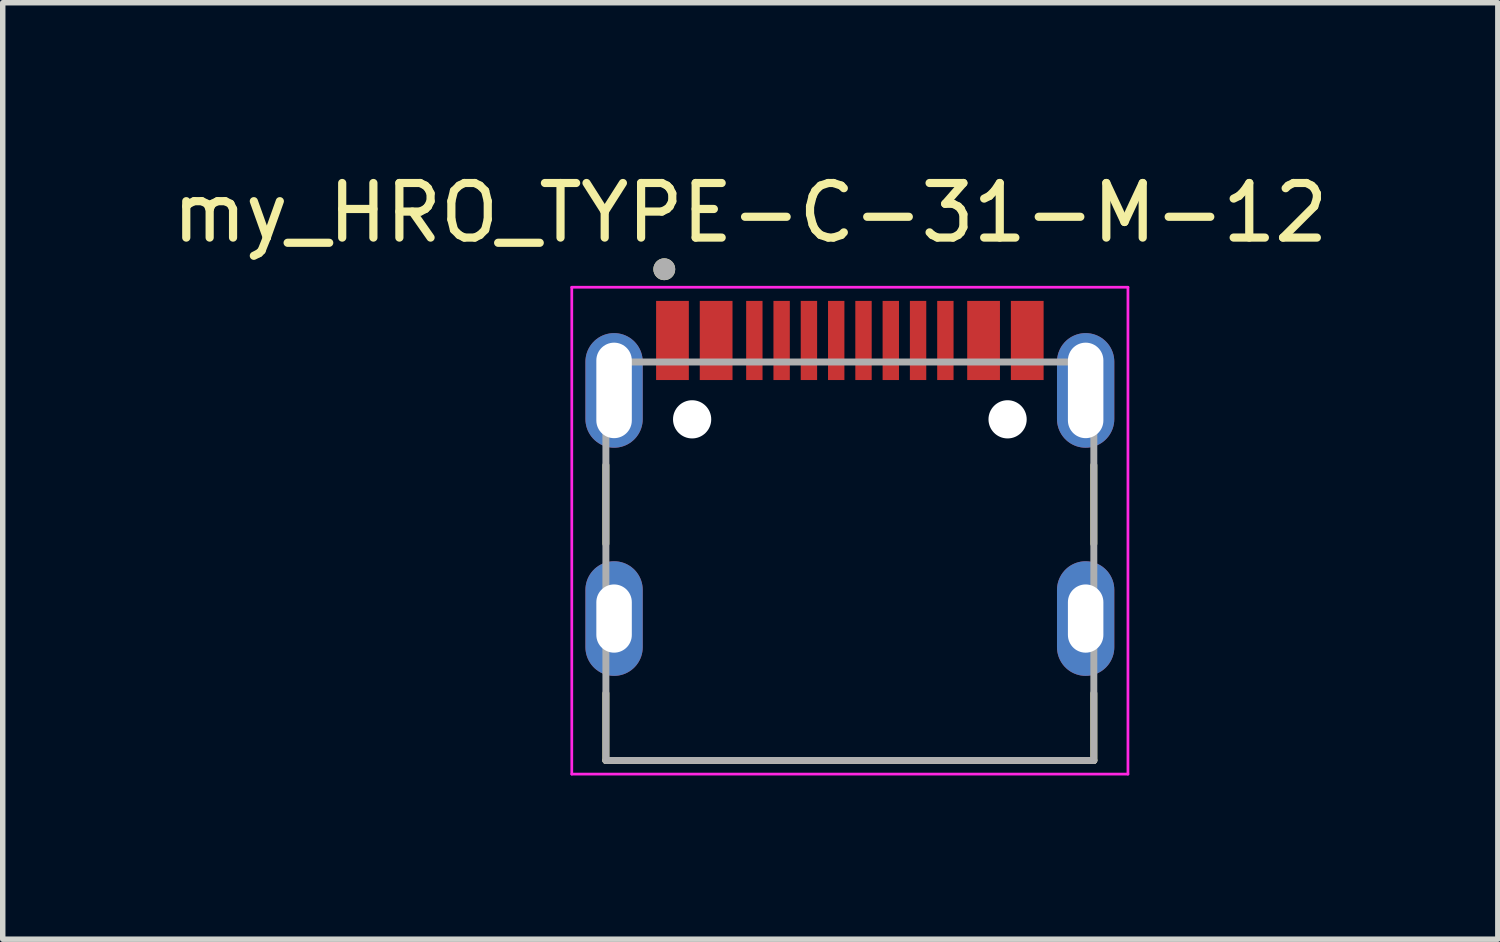
<source format=kicad_pcb>
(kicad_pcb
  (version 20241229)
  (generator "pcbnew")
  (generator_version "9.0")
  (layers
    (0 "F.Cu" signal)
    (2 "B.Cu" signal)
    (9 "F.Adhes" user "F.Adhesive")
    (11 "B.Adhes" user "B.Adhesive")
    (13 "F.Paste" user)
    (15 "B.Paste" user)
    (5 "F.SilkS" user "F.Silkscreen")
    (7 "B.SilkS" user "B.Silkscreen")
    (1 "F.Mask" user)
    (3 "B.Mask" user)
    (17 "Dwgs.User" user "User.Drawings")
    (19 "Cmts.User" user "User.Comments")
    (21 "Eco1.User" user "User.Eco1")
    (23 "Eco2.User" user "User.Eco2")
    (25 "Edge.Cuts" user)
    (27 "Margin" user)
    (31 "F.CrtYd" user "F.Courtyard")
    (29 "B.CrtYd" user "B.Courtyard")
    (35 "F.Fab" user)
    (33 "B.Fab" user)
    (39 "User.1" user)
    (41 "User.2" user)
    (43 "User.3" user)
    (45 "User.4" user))
  (footprint "my_HRO_TYPE-C-31-M-12"
    (layer "F.Cu")
    (at 12.521 8.283)
    (property "Reference" "my_HRO_TYPE-C-31-M-12" (at -1.825 -7.435 0) (layer "F.SilkS") (effects (font (size 1 1) (thickness 0.15))))
    (attr through_hole)
    (fp_line (start -4.47 -2.81) (end -4.47 -1.37) (stroke (width 0.127) (type solid)) (layer "F.SilkS"))
    (fp_line (start -4.47 2.6) (end -4.47 1.37) (stroke (width 0.127) (type solid)) (layer "F.SilkS"))
    (fp_line (start 4.47 -2.81) (end 4.47 -1.37) (stroke (width 0.127) (type solid)) (layer "F.SilkS"))
    (fp_line (start 4.47 1.37) (end 4.47 2.6) (stroke (width 0.127) (type solid)) (layer "F.SilkS"))
    (fp_line (start 4.47 2.6) (end -4.47 2.6) (stroke (width 0.127) (type solid)) (layer "F.SilkS"))
    (fp_circle (center -3.4 -6.4) (end -3.3 -6.4) (stroke (width 0.2) (type solid)) (fill no) (layer "F.SilkS"))
    (fp_line (start -5.095 -6.07) (end -5.095 2.85) (stroke (width 0.05) (type solid)) (layer "F.CrtYd"))
    (fp_line (start -5.095 2.85) (end 5.095 2.85) (stroke (width 0.05) (type solid)) (layer "F.CrtYd"))
    (fp_line (start 5.095 -6.07) (end -5.095 -6.07) (stroke (width 0.05) (type solid)) (layer "F.CrtYd"))
    (fp_line (start 5.095 2.85) (end 5.095 -6.07) (stroke (width 0.05) (type solid)) (layer "F.CrtYd"))
    (fp_line (start -4.47 -4.7) (end -4.47 2.6) (stroke (width 0.127) (type solid)) (layer "F.Fab"))
    (fp_line (start -4.47 2.6) (end 4.47 2.6) (stroke (width 0.127) (type solid)) (layer "F.Fab"))
    (fp_line (start 4.47 -4.7) (end -4.47 -4.7) (stroke (width 0.127) (type solid)) (layer "F.Fab"))
    (fp_line (start 4.47 2.6) (end 4.47 -4.7) (stroke (width 0.127) (type solid)) (layer "F.Fab"))
    (fp_circle (center -3.4 -6.4) (end -3.3 -6.4) (stroke (width 0.2) (type solid)) (fill no) (layer "F.Fab"))
    (pad "" np_thru_hole circle (at -2.89 -3.65) (size 0.7 0.7) (drill 0.7) (layers "*.Cu" "*.Mask"))
    (pad "" np_thru_hole circle (at 2.89 -3.65) (size 0.7 0.7) (drill 0.7) (layers "*.Cu" "*.Mask"))
    (pad "A1B12" smd rect (at -3.25 -5.095) (size 0.6 1.45) (layers "F.Cu" "F.Mask" "F.Paste"))
    (pad "A4B9" smd rect (at -2.45 -5.095) (size 0.6 1.45) (layers "F.Cu" "F.Mask" "F.Paste"))
    (pad "A5" smd rect (at -1.25 -5.095) (size 0.3 1.45) (layers "F.Cu" "F.Mask" "F.Paste"))
    (pad "A6" smd rect (at -0.25 -5.095) (size 0.3 1.45) (layers "F.Cu" "F.Mask" "F.Paste"))
    (pad "A7" smd rect (at 0.25 -5.095) (size 0.3 1.45) (layers "F.Cu" "F.Mask" "F.Paste"))
    (pad "A8" smd rect (at 1.25 -5.095) (size 0.3 1.45) (layers "F.Cu" "F.Mask" "F.Paste"))
    (pad "B1A12" smd rect (at 3.25 -5.095) (size 0.6 1.45) (layers "F.Cu" "F.Mask" "F.Paste"))
    (pad "B4A9" smd rect (at 2.45 -5.095) (size 0.6 1.45) (layers "F.Cu" "F.Mask" "F.Paste"))
    (pad "B5" smd rect (at 1.75 -5.095) (size 0.3 1.45) (layers "F.Cu" "F.Mask" "F.Paste"))
    (pad "B6" smd rect (at 0.75 -5.095) (size 0.3 1.45) (layers "F.Cu" "F.Mask" "F.Paste"))
    (pad "B7" smd rect (at -0.75 -5.095) (size 0.3 1.45) (layers "F.Cu" "F.Mask" "F.Paste"))
    (pad "B8" smd rect (at -1.75 -5.095) (size 0.3 1.45) (layers "F.Cu" "F.Mask" "F.Paste"))
    (pad "S1" thru_hole oval (at -4.32 -4.18) (size 1.05 2.1) (drill oval 0.65 1.75) (layers "*.Cu" "*.Mask"))
    (pad "S2" thru_hole oval (at 4.32 -4.18) (size 1.05 2.1) (drill oval 0.65 1.75) (layers "*.Cu" "*.Mask"))
    (pad "S3" thru_hole oval (at -4.32 0) (size 1.05 2.1) (drill oval 0.65 1.25) (layers "*.Cu" "*.Mask"))
    (pad "S4" thru_hole oval (at 4.32 0) (size 1.05 2.1) (drill oval 0.65 1.25) (layers "*.Cu" "*.Mask")))
  (gr_rect
    (start -3 -3)
    (end 24.393 14.158)
    (stroke (width 0.1) (type default))
    (fill no)
    (layer "Edge.Cuts")))
</source>
